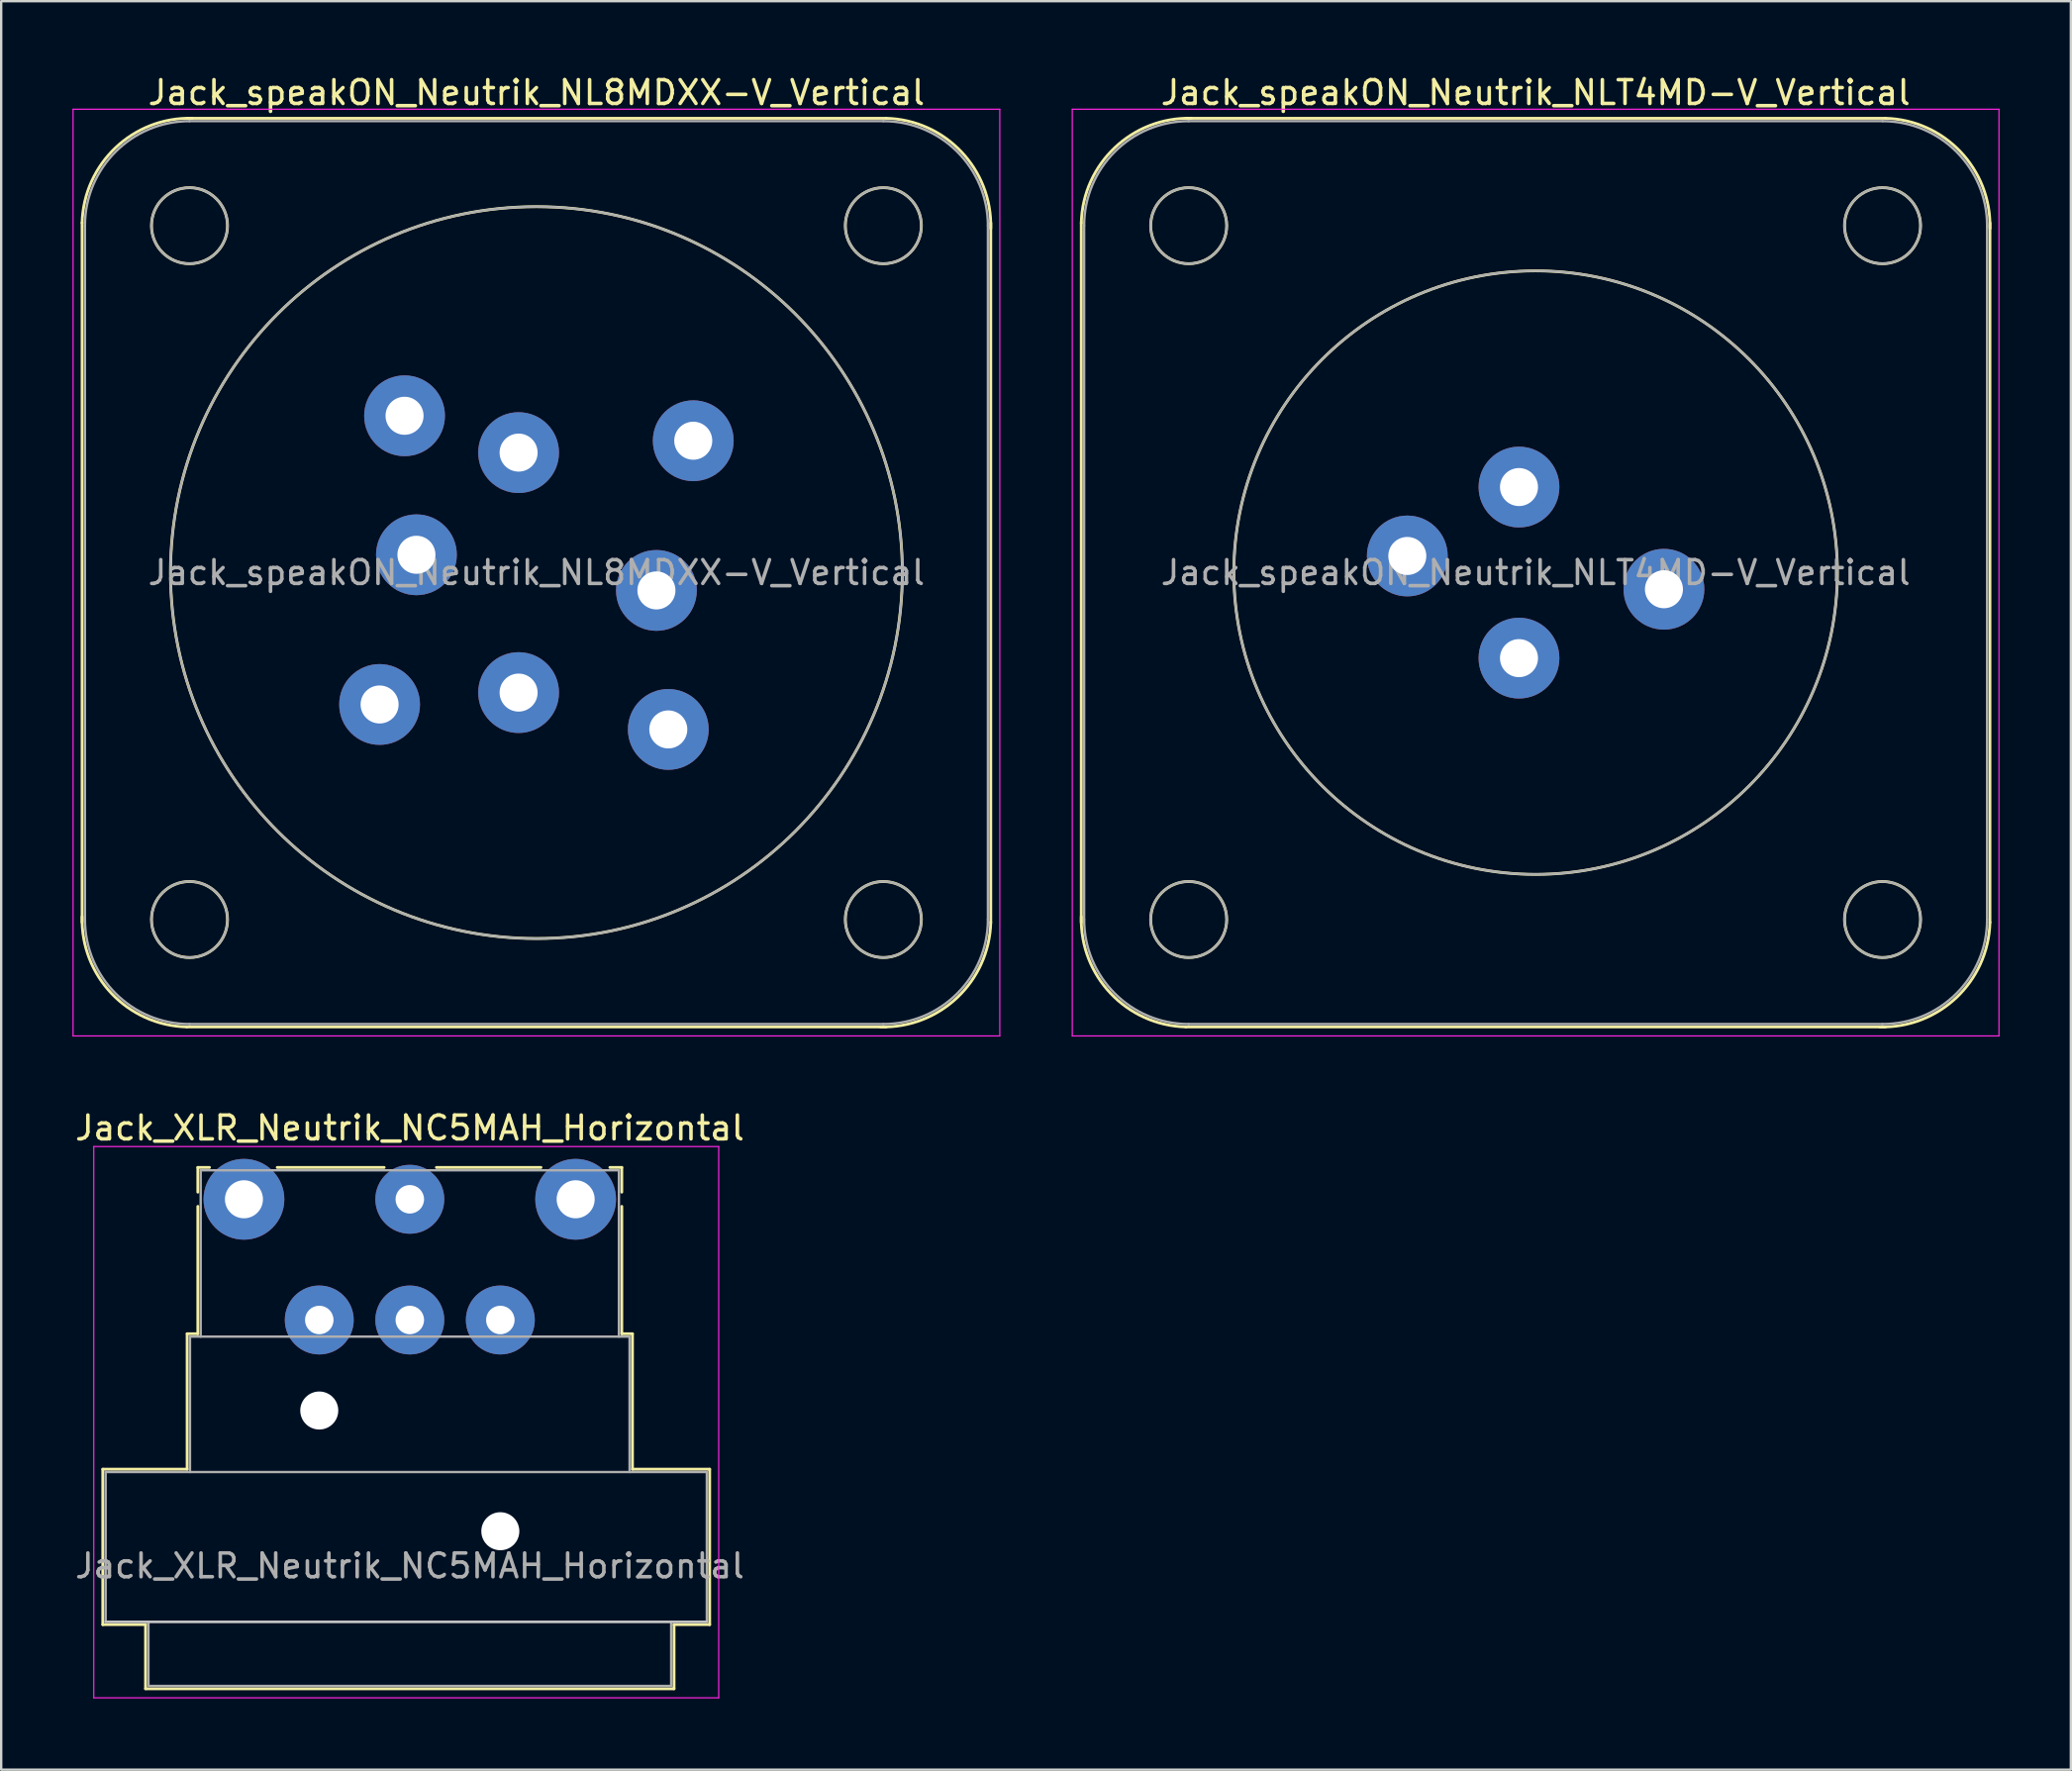
<source format=kicad_pcb>
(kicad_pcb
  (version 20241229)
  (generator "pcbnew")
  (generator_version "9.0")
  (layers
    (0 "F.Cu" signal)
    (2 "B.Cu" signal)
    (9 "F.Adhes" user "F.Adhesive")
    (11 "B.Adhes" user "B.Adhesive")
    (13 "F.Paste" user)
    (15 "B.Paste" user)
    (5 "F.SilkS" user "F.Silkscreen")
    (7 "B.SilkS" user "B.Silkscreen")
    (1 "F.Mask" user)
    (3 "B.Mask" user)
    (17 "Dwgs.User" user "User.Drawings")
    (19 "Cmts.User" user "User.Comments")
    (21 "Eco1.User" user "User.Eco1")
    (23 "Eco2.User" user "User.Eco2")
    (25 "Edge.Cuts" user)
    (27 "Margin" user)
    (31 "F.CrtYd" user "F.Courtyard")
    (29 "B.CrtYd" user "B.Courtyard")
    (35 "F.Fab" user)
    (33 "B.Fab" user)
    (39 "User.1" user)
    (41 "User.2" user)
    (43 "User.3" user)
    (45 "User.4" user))
  (footprint "Jack_XLR_Neutrik_NC5MAH_Horizontal"
    (layer "F.Cu")
    (at 7.216 47.422)
    (property "Reference" "Jack_XLR_Neutrik_NC5MAH_Horizontal" (at 6.98 -3 0) (layer "F.SilkS") (effects (font (size 1 1) (thickness 0.15))))
    (attr through_hole)
    (fp_line (start -5.94 11.36) (end -2.39 11.36) (stroke (width 0.12) (type solid)) (layer "F.SilkS"))
    (fp_line (start -5.94 17.9) (end -5.94 11.36) (stroke (width 0.12) (type solid)) (layer "F.SilkS"))
    (fp_line (start -4.14 17.9) (end -5.94 17.9) (stroke (width 0.12) (type solid)) (layer "F.SilkS"))
    (fp_line (start -4.14 17.9) (end -4.14 20.6) (stroke (width 0.12) (type solid)) (layer "F.SilkS"))
    (fp_line (start -2.39 11.36) (end -2.39 5.66) (stroke (width 0.12) (type solid)) (layer "F.SilkS"))
    (fp_line (start -1.94 -1.34) (end -1.94 -0.3) (stroke (width 0.12) (type solid)) (layer "F.SilkS"))
    (fp_line (start -1.94 -1.34) (end -1.45 -1.34) (stroke (width 0.12) (type solid)) (layer "F.SilkS"))
    (fp_line (start -1.94 5.66) (end -2.39 5.66) (stroke (width 0.12) (type solid)) (layer "F.SilkS"))
    (fp_line (start -1.94 5.66) (end -1.94 0.3) (stroke (width 0.12) (type solid)) (layer "F.SilkS"))
    (fp_line (start 5.9 -1.34) (end 1.4 -1.34) (stroke (width 0.12) (type solid)) (layer "F.SilkS"))
    (fp_line (start 12.5 -1.34) (end 8.1 -1.34) (stroke (width 0.12) (type solid)) (layer "F.SilkS"))
    (fp_line (start 15.4 -1.34) (end 15.9 -1.34) (stroke (width 0.12) (type solid)) (layer "F.SilkS"))
    (fp_line (start 15.9 -1.34) (end 15.9 -0.3) (stroke (width 0.12) (type solid)) (layer "F.SilkS"))
    (fp_line (start 15.9 5.66) (end 15.9 0.3) (stroke (width 0.12) (type solid)) (layer "F.SilkS"))
    (fp_line (start 15.9 5.66) (end 16.35 5.66) (stroke (width 0.12) (type solid)) (layer "F.SilkS"))
    (fp_line (start 16.35 11.36) (end 16.35 5.66) (stroke (width 0.12) (type solid)) (layer "F.SilkS"))
    (fp_line (start 16.35 11.36) (end 19.6 11.36) (stroke (width 0.12) (type solid)) (layer "F.SilkS"))
    (fp_line (start 18.1 17.9) (end 18.1 20.6) (stroke (width 0.12) (type solid)) (layer "F.SilkS"))
    (fp_line (start 18.1 20.6) (end -4.14 20.6) (stroke (width 0.12) (type solid)) (layer "F.SilkS"))
    (fp_line (start 19.6 17.9) (end 18.1 17.9) (stroke (width 0.12) (type solid)) (layer "F.SilkS"))
    (fp_line (start 19.6 17.9) (end 19.6 11.36) (stroke (width 0.12) (type solid)) (layer "F.SilkS"))
    (fp_line (start 19.48 17.78) (end -5.82 17.78) (stroke (width 0.1) (type solid)) (layer "Dwgs.User"))
    (fp_line (start -6.32 20.98) (end -6.32 -2.22) (stroke (width 0.05) (type solid)) (layer "F.CrtYd"))
    (fp_line (start 19.98 -2.22) (end -6.32 -2.22) (stroke (width 0.05) (type solid)) (layer "F.CrtYd"))
    (fp_line (start 19.98 20.98) (end -6.32 20.98) (stroke (width 0.05) (type solid)) (layer "F.CrtYd"))
    (fp_line (start 19.98 20.98) (end 19.98 -2.22) (stroke (width 0.05) (type solid)) (layer "F.CrtYd"))
    (fp_line (start -5.82 11.48) (end 19.48 11.48) (stroke (width 0.1) (type solid)) (layer "F.Fab"))
    (fp_line (start -5.82 17.78) (end -5.82 11.48) (stroke (width 0.1) (type solid)) (layer "F.Fab"))
    (fp_line (start -4.02 20.48) (end -4.02 17.78) (stroke (width 0.1) (type solid)) (layer "F.Fab"))
    (fp_line (start -2.27 5.78) (end -2.27 11.48) (stroke (width 0.1) (type solid)) (layer "F.Fab"))
    (fp_line (start -2.27 5.78) (end 16.23 5.78) (stroke (width 0.1) (type solid)) (layer "F.Fab"))
    (fp_line (start -1.82 5.78) (end -1.82 -1.22) (stroke (width 0.1) (type solid)) (layer "F.Fab"))
    (fp_line (start 15.78 -1.22) (end -1.82 -1.22) (stroke (width 0.1) (type solid)) (layer "F.Fab"))
    (fp_line (start 15.78 5.78) (end 15.78 -1.22) (stroke (width 0.1) (type solid)) (layer "F.Fab"))
    (fp_line (start 16.23 11.48) (end 16.23 5.78) (stroke (width 0.1) (type solid)) (layer "F.Fab"))
    (fp_line (start 17.98 17.78) (end 17.98 20.48) (stroke (width 0.1) (type solid)) (layer "F.Fab"))
    (fp_line (start 17.98 20.48) (end -4.02 20.48) (stroke (width 0.1) (type solid)) (layer "F.Fab"))
    (fp_line (start 19.48 11.48) (end 19.48 17.78) (stroke (width 0.1) (type solid)) (layer "F.Fab"))
    (fp_line (start 19.48 17.78) (end -5.82 17.78) (stroke (width 0.1) (type solid)) (layer "F.Fab"))
    (fp_text user "${REFERENCE}" (at 6.98 15.43 0) (layer "F.Fab") (effects (font (size 1 1) (thickness 0.15))))
    (pad "" np_thru_hole circle (at 3.17 8.89) (size 1.6 1.6) (drill 1.6) (layers "*.Cu" "*.Mask"))
    (pad "" np_thru_hole circle (at 10.79 13.97) (size 1.6 1.6) (drill 1.6) (layers "*.Cu" "*.Mask"))
    (pad "1" thru_hole circle (at 0 0) (size 3.4 3.4) (drill 1.6) (layers "*.Cu" "*.Mask"))
    (pad "2" thru_hole circle (at 3.17 5.08) (size 2.9 2.9) (drill 1.2) (layers "*.Cu" "*.Mask"))
    (pad "3" thru_hole circle (at 6.98 0) (size 2.9 2.9) (drill 1.2) (layers "*.Cu" "*.Mask"))
    (pad "4" thru_hole circle (at 10.79 5.08) (size 2.9 2.9) (drill 1.2) (layers "*.Cu" "*.Mask"))
    (pad "5" thru_hole circle (at 13.96 0) (size 3.4 3.4) (drill 1.6) (layers "*.Cu" "*.Mask"))
    (pad "G" thru_hole circle (at 6.98 5.08) (size 2.9 2.9) (drill 1.2) (layers "*.Cu" "*.Mask")))
  (footprint "Jack_speakON_Neutrik_NL8MDXX-V_Vertical"
    (layer "F.Cu")
    (at 18.775 15.998)
    (property "Reference" "Jack_speakON_Neutrik_NL8MDXX-V_Vertical" (at 0.75 -15.15 0) (layer "F.SilkS") (effects (font (size 1 1) (thickness 0.15))))
    (attr through_hole)
    (fp_line (start -18.37 19.77) (end -18.37 -9.67) (stroke (width 0.12) (type solid)) (layer "F.SilkS"))
    (fp_line (start -13.97 -14.07) (end 15.47 -14.07) (stroke (width 0.12) (type solid)) (layer "F.SilkS"))
    (fp_line (start -13.97 24.17) (end 15.47 24.17) (stroke (width 0.12) (type solid)) (layer "F.SilkS"))
    (fp_line (start 19.87 19.77) (end 19.87 -9.67) (stroke (width 0.12) (type solid)) (layer "F.SilkS"))
    (fp_arc (start -18.37 -9.67) (mid -16.96127 -12.830975) (end -13.73 -14.07) (stroke (width 0.12) (type solid)) (layer "F.SilkS"))
    (fp_arc (start -13.97 24.17) (mid -17.130975 22.76127) (end -18.37 19.53) (stroke (width 0.12) (type solid)) (layer "F.SilkS"))
    (fp_arc (start 15.47 -14.07) (mid 18.630975 -12.66127) (end 19.87 -9.43) (stroke (width 0.12) (type solid)) (layer "F.SilkS"))
    (fp_arc (start 19.87 19.77) (mid 18.46127 22.930975) (end 15.23 24.17) (stroke (width 0.12) (type solid)) (layer "F.SilkS"))
    (fp_circle (center -13.85 -9.55) (end -12.25 -9.55) (stroke (width 0.12) (type solid)) (fill no) (layer "F.SilkS"))
    (fp_circle (center -13.85 19.65) (end -12.25 19.65) (stroke (width 0.12) (type solid)) (fill no) (layer "F.SilkS"))
    (fp_circle (center 0.75 5.05) (end 16.15 5.05) (stroke (width 0.12) (type solid)) (fill no) (layer "F.SilkS"))
    (fp_circle (center 15.35 -9.55) (end 16.95 -9.55) (stroke (width 0.12) (type solid)) (fill no) (layer "F.SilkS"))
    (fp_circle (center 15.35 19.65) (end 16.95 19.65) (stroke (width 0.12) (type solid)) (fill no) (layer "F.SilkS"))
    (fp_line (start -18.75 -14.45) (end 20.25 -14.45) (stroke (width 0.05) (type solid)) (layer "F.CrtYd"))
    (fp_line (start -18.75 24.55) (end -18.75 -14.45) (stroke (width 0.05) (type solid)) (layer "F.CrtYd"))
    (fp_line (start -18.75 24.55) (end 20.25 24.55) (stroke (width 0.05) (type solid)) (layer "F.CrtYd"))
    (fp_line (start 20.25 24.55) (end 20.25 -14.45) (stroke (width 0.05) (type solid)) (layer "F.CrtYd"))
    (fp_line (start -18.25 19.65) (end -18.25 -9.55) (stroke (width 0.1) (type solid)) (layer "F.Fab"))
    (fp_line (start -13.85 -13.95) (end 15.35 -13.95) (stroke (width 0.1) (type solid)) (layer "F.Fab"))
    (fp_line (start -13.85 24.05) (end 15.35 24.05) (stroke (width 0.1) (type solid)) (layer "F.Fab"))
    (fp_line (start 19.75 19.65) (end 19.75 -9.55) (stroke (width 0.1) (type solid)) (layer "F.Fab"))
    (fp_arc (start -18.25 -9.55) (mid -16.96127 -12.66127) (end -13.85 -13.95) (stroke (width 0.1) (type solid)) (layer "F.Fab"))
    (fp_arc (start -13.85 24.05) (mid -16.96127 22.76127) (end -18.25 19.65) (stroke (width 0.1) (type solid)) (layer "F.Fab"))
    (fp_arc (start 15.35 -13.95) (mid 18.46127 -12.66127) (end 19.75 -9.55) (stroke (width 0.1) (type solid)) (layer "F.Fab"))
    (fp_arc (start 19.75 19.65) (mid 18.46127 22.76127) (end 15.35 24.05) (stroke (width 0.1) (type solid)) (layer "F.Fab"))
    (fp_circle (center -13.85 -9.55) (end -12.25 -9.55) (stroke (width 0.1) (type solid)) (fill no) (layer "F.Fab"))
    (fp_circle (center -13.85 19.65) (end -12.25 19.65) (stroke (width 0.1) (type solid)) (fill no) (layer "F.Fab"))
    (fp_circle (center 0.75 5.05) (end 16.15 5.05) (stroke (width 0.1) (type solid)) (fill no) (layer "F.Fab"))
    (fp_circle (center 15.35 -9.55) (end 13.75 -9.55) (stroke (width 0.1) (type solid)) (fill no) (layer "F.Fab"))
    (fp_circle (center 15.35 19.65) (end 13.75 19.65) (stroke (width 0.1) (type solid)) (fill no) (layer "F.Fab"))
    (fp_text user "${REFERENCE}" (at 0.75 5.05 0) (layer "F.Fab") (effects (font (size 1 1) (thickness 0.15))))
    (pad "1+" thru_hole circle (at 0 0) (size 3.4 3.4) (drill 1.6) (layers "*.Cu" "*.Mask"))
    (pad "1-" thru_hole circle (at -4.8 -1.55) (size 3.4 3.4) (drill 1.6) (layers "*.Cu" "*.Mask"))
    (pad "2+" thru_hole circle (at -4.3 4.3) (size 3.4 3.4) (drill 1.6) (layers "*.Cu" "*.Mask"))
    (pad "2-" thru_hole circle (at -5.85 10.6) (size 3.4 3.4) (drill 1.6) (layers "*.Cu" "*.Mask"))
    (pad "3+" thru_hole circle (at 0 10.1) (size 3.4 3.4) (drill 1.6) (layers "*.Cu" "*.Mask"))
    (pad "3-" thru_hole circle (at 6.3 11.65) (size 3.4 3.4) (drill 1.6) (layers "*.Cu" "*.Mask"))
    (pad "4+" thru_hole circle (at 5.8 5.8) (size 3.4 3.4) (drill 1.6) (layers "*.Cu" "*.Mask"))
    (pad "4-" thru_hole circle (at 7.35 -0.5) (size 3.4 3.4) (drill 1.6) (layers "*.Cu" "*.Mask")))
  (footprint "Jack_speakON_Neutrik_NLT4MD-V_Vertical"
    (layer "F.Cu")
    (at 60.875 17.448)
    (property "Reference" "Jack_speakON_Neutrik_NLT4MD-V_Vertical" (at 0.7 -16.6 0) (layer "F.SilkS") (effects (font (size 1 1) (thickness 0.15))))
    (attr through_hole)
    (fp_line (start -18.42 18.32) (end -18.42 -11.12) (stroke (width 0.12) (type solid)) (layer "F.SilkS"))
    (fp_line (start -14.02 -15.52) (end 15.42 -15.52) (stroke (width 0.12) (type solid)) (layer "F.SilkS"))
    (fp_line (start -14.02 22.72) (end 15.42 22.72) (stroke (width 0.12) (type solid)) (layer "F.SilkS"))
    (fp_line (start 19.82 18.32) (end 19.82 -11.12) (stroke (width 0.12) (type solid)) (layer "F.SilkS"))
    (fp_arc (start -18.42 -11.12) (mid -17.01127 -14.280975) (end -13.78 -15.52) (stroke (width 0.12) (type solid)) (layer "F.SilkS"))
    (fp_arc (start -14.02 22.72) (mid -17.180975 21.31127) (end -18.42 18.08) (stroke (width 0.12) (type solid)) (layer "F.SilkS"))
    (fp_arc (start 15.42 -15.52) (mid 18.580975 -14.11127) (end 19.82 -10.88) (stroke (width 0.12) (type solid)) (layer "F.SilkS"))
    (fp_arc (start 19.82 18.32) (mid 18.41127 21.480975) (end 15.18 22.72) (stroke (width 0.12) (type solid)) (layer "F.SilkS"))
    (fp_circle (center -13.9 -11) (end -12.3 -11) (stroke (width 0.12) (type solid)) (fill no) (layer "F.SilkS"))
    (fp_circle (center -13.9 18.2) (end -12.3 18.2) (stroke (width 0.12) (type solid)) (fill no) (layer "F.SilkS"))
    (fp_circle (center 0.7 3.6) (end 13.4 3.6) (stroke (width 0.12) (type solid)) (fill no) (layer "F.SilkS"))
    (fp_circle (center 15.3 -11) (end 16.9 -11) (stroke (width 0.12) (type solid)) (fill no) (layer "F.SilkS"))
    (fp_circle (center 15.3 18.2) (end 16.9 18.2) (stroke (width 0.12) (type solid)) (fill no) (layer "F.SilkS"))
    (fp_line (start -18.8 -15.9) (end 20.2 -15.9) (stroke (width 0.05) (type solid)) (layer "F.CrtYd"))
    (fp_line (start -18.8 23.1) (end -18.8 -15.9) (stroke (width 0.05) (type solid)) (layer "F.CrtYd"))
    (fp_line (start -18.8 23.1) (end 20.2 23.1) (stroke (width 0.05) (type solid)) (layer "F.CrtYd"))
    (fp_line (start 20.2 23.1) (end 20.2 -15.9) (stroke (width 0.05) (type solid)) (layer "F.CrtYd"))
    (fp_line (start -18.3 18.2) (end -18.3 -11) (stroke (width 0.1) (type solid)) (layer "F.Fab"))
    (fp_line (start -13.9 -15.4) (end 15.3 -15.4) (stroke (width 0.1) (type solid)) (layer "F.Fab"))
    (fp_line (start -13.9 22.6) (end 15.3 22.6) (stroke (width 0.1) (type solid)) (layer "F.Fab"))
    (fp_line (start 19.7 18.2) (end 19.7 -11) (stroke (width 0.1) (type solid)) (layer "F.Fab"))
    (fp_arc (start -18.3 -11) (mid -17.01127 -14.11127) (end -13.9 -15.4) (stroke (width 0.1) (type solid)) (layer "F.Fab"))
    (fp_arc (start -13.9 22.6) (mid -17.01127 21.31127) (end -18.3 18.2) (stroke (width 0.1) (type solid)) (layer "F.Fab"))
    (fp_arc (start 15.3 -15.4) (mid 18.41127 -14.11127) (end 19.7 -11) (stroke (width 0.1) (type solid)) (layer "F.Fab"))
    (fp_arc (start 19.7 18.2) (mid 18.41127 21.31127) (end 15.3 22.6) (stroke (width 0.1) (type solid)) (layer "F.Fab"))
    (fp_circle (center -13.9 -11) (end -12.3 -11) (stroke (width 0.1) (type solid)) (fill no) (layer "F.Fab"))
    (fp_circle (center -13.9 18.2) (end -12.3 18.2) (stroke (width 0.1) (type solid)) (fill no) (layer "F.Fab"))
    (fp_circle (center 0.7 3.6) (end 13.4 3.6) (stroke (width 0.1) (type solid)) (fill no) (layer "F.Fab"))
    (fp_circle (center 15.3 -11) (end 13.7 -11) (stroke (width 0.1) (type solid)) (fill no) (layer "F.Fab"))
    (fp_circle (center 15.3 18.2) (end 13.7 18.2) (stroke (width 0.1) (type solid)) (fill no) (layer "F.Fab"))
    (fp_text user "${REFERENCE}" (at 0.7 3.6 0) (layer "F.Fab") (effects (font (size 1 1) (thickness 0.15))))
    (pad "1+" thru_hole circle (at 0 0) (size 3.4 3.4) (drill 1.6) (layers "*.Cu" "*.Mask"))
    (pad "1-" thru_hole circle (at -4.7 2.9) (size 3.4 3.4) (drill 1.6) (layers "*.Cu" "*.Mask"))
    (pad "2+" thru_hole circle (at 0 7.2) (size 3.4 3.4) (drill 1.6) (layers "*.Cu" "*.Mask"))
    (pad "2-" thru_hole circle (at 6.1 4.3) (size 3.4 3.4) (drill 1.6) (layers "*.Cu" "*.Mask")))
  (gr_rect
    (start -3 -3)
    (end 84.1 71.427)
    (stroke (width 0.1) (type default))
    (fill no)
    (layer "Edge.Cuts")))
</source>
